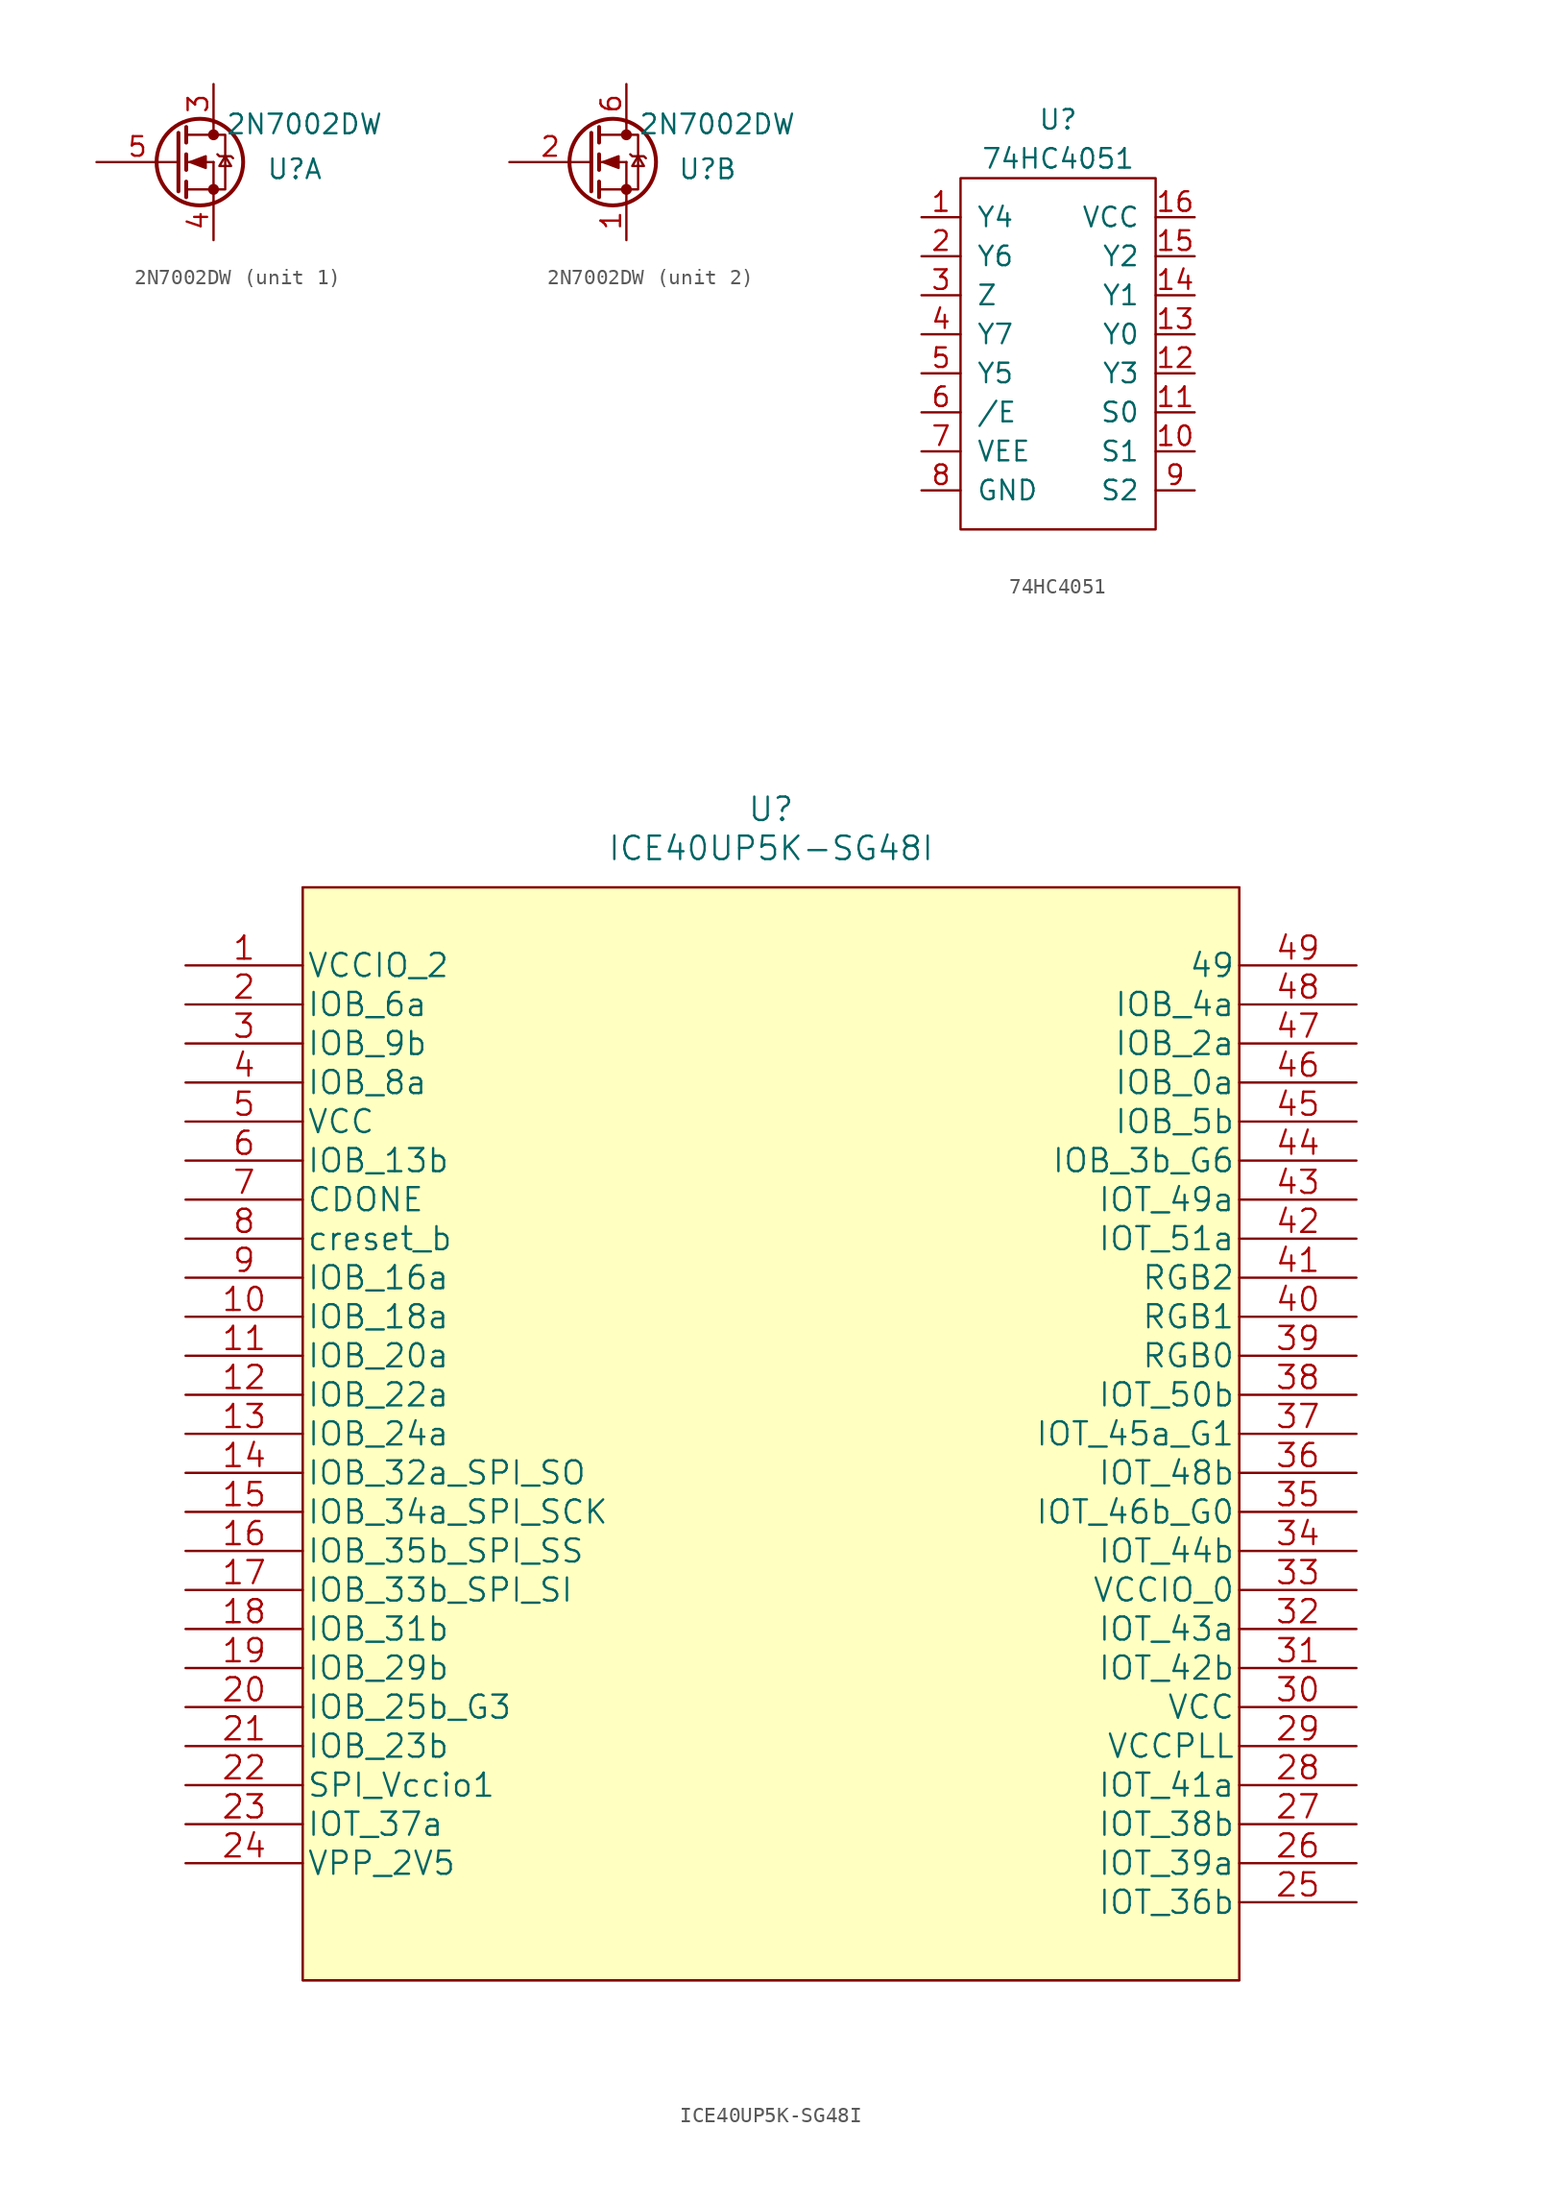
<source format=kicad_sym>
(kicad_symbol_lib
  (version 20211014)
  (generator kicad_symbol_editor)
  (symbol "2N7002DW"
    (pin_names
      (offset 1.016))
    (property "Reference" "U"
      (at 5.283 -0.457 0)
      (effects (font (size 1.27 1.27))))
    (property "Value" "2N7002DW"
      (at 5.918 2.464 0)
      (effects (font (size 1.27 1.27))))
    (symbol "2N7002DW_1_1"
      (circle (center -0.889 0) (radius 2.819) (stroke (width 0.254) (type default) (color 0 0 0 0)) (fill (type none)))
      (circle (center 0 -1.778) (radius 0.279) (stroke (width 0) (type default) (color 0 0 0 0)) (fill (type outline)))
      (polyline (pts (xy -1.778 -1.778) (xy 0 -1.778)) (stroke (width 0) (type default) (color 0 0 0 0)) (fill (type none)))
      (polyline (pts (xy -1.778 -1.27) (xy -1.778 -2.286)) (stroke (width 0.254) (type default) (color 0 0 0 0)) (fill (type none)))
      (polyline (pts (xy -1.778 0) (xy 0 0)) (stroke (width 0) (type default) (color 0 0 0 0)) (fill (type none)))
      (polyline (pts (xy -1.778 0.508) (xy -1.778 -0.508)) (stroke (width 0.254) (type default) (color 0 0 0 0)) (fill (type none)))
      (polyline (pts (xy -1.778 1.778) (xy 0 1.778)) (stroke (width 0) (type default) (color 0 0 0 0)) (fill (type none)))
      (polyline (pts (xy -1.778 2.286) (xy -1.778 1.27)) (stroke (width 0.254) (type default) (color 0 0 0 0)) (fill (type none)))
      (polyline (pts (xy 0 -1.778) (xy 0 -2.54)) (stroke (width 0) (type default) (color 0 0 0 0)) (fill (type none)))
      (polyline (pts (xy 0 -1.778) (xy 0 0)) (stroke (width 0) (type default) (color 0 0 0 0)) (fill (type none)))
      (polyline (pts (xy 0 2.54) (xy 0 1.778)) (stroke (width 0) (type default) (color 0 0 0 0)) (fill (type none)))
      (polyline (pts (xy -2.286 1.905) (xy -2.286 -1.905) (xy -2.286 -1.905)) (stroke (width 0.254) (type default) (color 0 0 0 0)) (fill (type none)))
      (polyline (pts (xy -1.524 0) (xy -0.508 0.381) (xy -0.508 -0.381) (xy -1.524 0)) (stroke (width 0) (type default) (color 0 0 0 0)) (fill (type outline)))
      (polyline (pts (xy 0 -1.778) (xy 0.762 -1.778) (xy 0.762 1.778) (xy 0 1.778)) (stroke (width 0) (type default) (color 0 0 0 0)) (fill (type none)))
      (polyline (pts (xy 0.254 0.508) (xy 0.381 0.381) (xy 1.143 0.381) (xy 1.27 0.254)) (stroke (width 0) (type default) (color 0 0 0 0)) (fill (type none)))
      (polyline (pts (xy 0.762 0.381) (xy 0.381 -0.254) (xy 1.143 -0.254) (xy 0.762 0.381)) (stroke (width 0) (type default) (color 0 0 0 0)) (fill (type none)))
      (circle (center 0 1.778) (radius 0.279) (stroke (width 0) (type default) (color 0 0 0 0)) (fill (type outline)))
      (pin passive line (at 0 5.08 270) (length 2.54) (name "~" (effects (font (size 1.27 1.27)))) (number "3" (effects (font (size 1.27 1.27)))))
      (pin passive line (at 0 -5.08 90) (length 2.54) (name "~" (effects (font (size 1.27 1.27)))) (number "4" (effects (font (size 1.27 1.27)))))
      (pin input line (at -7.62 0 0) (length 5.334) (name "~" (effects (font (size 1.27 1.27)))) (number "5" (effects (font (size 1.27 1.27))))))
    (symbol "2N7002DW_2_1"
      (circle (center -0.889 0) (radius 2.819) (stroke (width 0.254) (type default) (color 0 0 0 0)) (fill (type none)))
      (circle (center 0 -1.778) (radius 0.279) (stroke (width 0) (type default) (color 0 0 0 0)) (fill (type outline)))
      (polyline (pts (xy -1.778 -1.778) (xy 0 -1.778)) (stroke (width 0) (type default) (color 0 0 0 0)) (fill (type none)))
      (polyline (pts (xy -1.778 -1.27) (xy -1.778 -2.286)) (stroke (width 0.254) (type default) (color 0 0 0 0)) (fill (type none)))
      (polyline (pts (xy -1.778 0) (xy 0 0)) (stroke (width 0) (type default) (color 0 0 0 0)) (fill (type none)))
      (polyline (pts (xy -1.778 0.508) (xy -1.778 -0.508)) (stroke (width 0.254) (type default) (color 0 0 0 0)) (fill (type none)))
      (polyline (pts (xy -1.778 1.778) (xy 0 1.778)) (stroke (width 0) (type default) (color 0 0 0 0)) (fill (type none)))
      (polyline (pts (xy -1.778 2.286) (xy -1.778 1.27)) (stroke (width 0.254) (type default) (color 0 0 0 0)) (fill (type none)))
      (polyline (pts (xy 0 -1.778) (xy 0 -2.54)) (stroke (width 0) (type default) (color 0 0 0 0)) (fill (type none)))
      (polyline (pts (xy 0 -1.778) (xy 0 0)) (stroke (width 0) (type default) (color 0 0 0 0)) (fill (type none)))
      (polyline (pts (xy 0 2.54) (xy 0 1.778)) (stroke (width 0) (type default) (color 0 0 0 0)) (fill (type none)))
      (polyline (pts (xy -2.286 1.905) (xy -2.286 -1.905) (xy -2.286 -1.905)) (stroke (width 0.254) (type default) (color 0 0 0 0)) (fill (type none)))
      (polyline (pts (xy -1.524 0) (xy -0.508 0.381) (xy -0.508 -0.381) (xy -1.524 0)) (stroke (width 0) (type default) (color 0 0 0 0)) (fill (type outline)))
      (polyline (pts (xy 0 -1.778) (xy 0.762 -1.778) (xy 0.762 1.778) (xy 0 1.778)) (stroke (width 0) (type default) (color 0 0 0 0)) (fill (type none)))
      (polyline (pts (xy 0.254 0.508) (xy 0.381 0.381) (xy 1.143 0.381) (xy 1.27 0.254)) (stroke (width 0) (type default) (color 0 0 0 0)) (fill (type none)))
      (polyline (pts (xy 0.762 0.381) (xy 0.381 -0.254) (xy 1.143 -0.254) (xy 0.762 0.381)) (stroke (width 0) (type default) (color 0 0 0 0)) (fill (type none)))
      (circle (center 0 1.778) (radius 0.279) (stroke (width 0) (type default) (color 0 0 0 0)) (fill (type outline)))
      (pin passive line (at 0 -5.08 90) (length 2.54) (name "~" (effects (font (size 1.27 1.27)))) (number "1" (effects (font (size 1.27 1.27)))))
      (pin input line (at -7.62 0 0) (length 5.334) (name "~" (effects (font (size 1.27 1.27)))) (number "2" (effects (font (size 1.27 1.27)))))
      (pin passive line (at 0 5.08 270) (length 2.54) (name "~" (effects (font (size 1.27 1.27)))) (number "6" (effects (font (size 1.27 1.27)))))))
  (symbol "74HC4051"
    (pin_names
      (offset 1.016))
    (property "Reference" "U"
      (at 0 15.24 0)
      (effects (font (size 1.27 1.27))))
    (property "Value" "74HC4051"
      (at 0 12.7 0)
      (effects (font (size 1.27 1.27))))
    (symbol "74HC4051_0_1"
      (rectangle (start -6.35 11.43) (end 6.35 -11.43) (stroke (width 0) (type default) (color 0 0 0 0)) (fill (type none))))
    (symbol "74HC4051_1_1"
      (pin bidirectional line (at -8.89 8.89 0) (length 2.54) (name "Y4" (effects (font (size 1.27 1.27)))) (number "1" (effects (font (size 1.27 1.27)))))
      (pin bidirectional line (at 8.89 -6.35 180) (length 2.54) (name "S1" (effects (font (size 1.27 1.27)))) (number "10" (effects (font (size 1.27 1.27)))))
      (pin bidirectional line (at 8.89 -3.81 180) (length 2.54) (name "S0" (effects (font (size 1.27 1.27)))) (number "11" (effects (font (size 1.27 1.27)))))
      (pin bidirectional line (at 8.89 -1.27 180) (length 2.54) (name "Y3" (effects (font (size 1.27 1.27)))) (number "12" (effects (font (size 1.27 1.27)))))
      (pin bidirectional line (at 8.89 1.27 180) (length 2.54) (name "Y0" (effects (font (size 1.27 1.27)))) (number "13" (effects (font (size 1.27 1.27)))))
      (pin bidirectional line (at 8.89 3.81 180) (length 2.54) (name "Y1" (effects (font (size 1.27 1.27)))) (number "14" (effects (font (size 1.27 1.27)))))
      (pin bidirectional line (at 8.89 6.35 180) (length 2.54) (name "Y2" (effects (font (size 1.27 1.27)))) (number "15" (effects (font (size 1.27 1.27)))))
      (pin power_in line (at 8.89 8.89 180) (length 2.54) (name "VCC" (effects (font (size 1.27 1.27)))) (number "16" (effects (font (size 1.27 1.27)))))
      (pin bidirectional line (at -8.89 6.35 0) (length 2.54) (name "Y6" (effects (font (size 1.27 1.27)))) (number "2" (effects (font (size 1.27 1.27)))))
      (pin bidirectional line (at -8.89 3.81 0) (length 2.54) (name "Z" (effects (font (size 1.27 1.27)))) (number "3" (effects (font (size 1.27 1.27)))))
      (pin bidirectional line (at -8.89 1.27 0) (length 2.54) (name "Y7" (effects (font (size 1.27 1.27)))) (number "4" (effects (font (size 1.27 1.27)))))
      (pin bidirectional line (at -8.89 -1.27 0) (length 2.54) (name "Y5" (effects (font (size 1.27 1.27)))) (number "5" (effects (font (size 1.27 1.27)))))
      (pin bidirectional line (at -8.89 -3.81 0) (length 2.54) (name "/E" (effects (font (size 1.27 1.27)))) (number "6" (effects (font (size 1.27 1.27)))))
      (pin power_in line (at -8.89 -6.35 0) (length 2.54) (name "VEE" (effects (font (size 1.27 1.27)))) (number "7" (effects (font (size 1.27 1.27)))))
      (pin power_in line (at -8.89 -8.89 0) (length 2.54) (name "GND" (effects (font (size 1.27 1.27)))) (number "8" (effects (font (size 1.27 1.27)))))
      (pin bidirectional line (at 8.89 -8.89 180) (length 2.54) (name "S2" (effects (font (size 1.27 1.27)))) (number "9" (effects (font (size 1.27 1.27)))))))
  (symbol "ICE40UP5K-SG48I"
    (pin_names
      (offset 0.254))
    (property "Reference" "U"
      (at 38.1 10.16 0)
      (effects (font (size 1.524 1.524))))
    (property "Value" "ICE40UP5K-SG48I"
      (at 38.1 7.62 0)
      (effects (font (size 1.524 1.524))))
    (property "Datasheet" ""
      (at 0 0 0)
      (effects (font (size 1.524 1.524))))
    (property "ki_locked" ""
      (at 0 0 0)
      (effects (font (size 1.27 1.27))))
    (symbol "ICE40UP5K-SG48I_1_1"
      (polyline (pts (xy 7.62 -66.04) (xy 68.58 -66.04)) (stroke (width 0.127) (type default) (color 0 0 0 0)) (fill (type none)))
      (polyline (pts (xy 7.62 5.08) (xy 7.62 -66.04)) (stroke (width 0.127) (type default) (color 0 0 0 0)) (fill (type none)))
      (polyline (pts (xy 68.58 -66.04) (xy 68.58 5.08)) (stroke (width 0.127) (type default) (color 0 0 0 0)) (fill (type none)))
      (polyline (pts (xy 68.58 5.08) (xy 7.62 5.08)) (stroke (width 0.127) (type default) (color 0 0 0 0)) (fill (type none)))
      (rectangle (start 7.62 5.08) (end 68.58 -66.04) (stroke (width 0.152) (type default) (color 0 0 0 0)) (fill (type background)))
      (pin power_in line (at 0 0 0) (length 7.62) (name "VCCIO_2" (effects (font (size 1.499 1.499)))) (number "1" (effects (font (size 1.499 1.499)))))
      (pin bidirectional line (at 0 -22.86 0) (length 7.62) (name "IOB_18a" (effects (font (size 1.499 1.499)))) (number "10" (effects (font (size 1.499 1.499)))))
      (pin bidirectional line (at 0 -25.4 0) (length 7.62) (name "IOB_20a" (effects (font (size 1.499 1.499)))) (number "11" (effects (font (size 1.499 1.499)))))
      (pin bidirectional line (at 0 -27.94 0) (length 7.62) (name "IOB_22a" (effects (font (size 1.499 1.499)))) (number "12" (effects (font (size 1.499 1.499)))))
      (pin bidirectional line (at 0 -30.48 0) (length 7.62) (name "IOB_24a" (effects (font (size 1.499 1.499)))) (number "13" (effects (font (size 1.499 1.499)))))
      (pin bidirectional line (at 0 -33.02 0) (length 7.62) (name "IOB_32a_SPI_SO" (effects (font (size 1.499 1.499)))) (number "14" (effects (font (size 1.499 1.499)))))
      (pin bidirectional line (at 0 -35.56 0) (length 7.62) (name "IOB_34a_SPI_SCK" (effects (font (size 1.499 1.499)))) (number "15" (effects (font (size 1.499 1.499)))))
      (pin bidirectional line (at 0 -38.1 0) (length 7.62) (name "IOB_35b_SPI_SS" (effects (font (size 1.499 1.499)))) (number "16" (effects (font (size 1.499 1.499)))))
      (pin bidirectional line (at 0 -40.64 0) (length 7.62) (name "IOB_33b_SPI_SI" (effects (font (size 1.499 1.499)))) (number "17" (effects (font (size 1.499 1.499)))))
      (pin bidirectional line (at 0 -43.18 0) (length 7.62) (name "IOB_31b" (effects (font (size 1.499 1.499)))) (number "18" (effects (font (size 1.499 1.499)))))
      (pin bidirectional line (at 0 -45.72 0) (length 7.62) (name "IOB_29b" (effects (font (size 1.499 1.499)))) (number "19" (effects (font (size 1.499 1.499)))))
      (pin bidirectional line (at 0 -2.54 0) (length 7.62) (name "IOB_6a" (effects (font (size 1.499 1.499)))) (number "2" (effects (font (size 1.499 1.499)))))
      (pin bidirectional line (at 0 -48.26 0) (length 7.62) (name "IOB_25b_G3" (effects (font (size 1.499 1.499)))) (number "20" (effects (font (size 1.499 1.499)))))
      (pin bidirectional line (at 0 -50.8 0) (length 7.62) (name "IOB_23b" (effects (font (size 1.499 1.499)))) (number "21" (effects (font (size 1.499 1.499)))))
      (pin power_in line (at 0 -53.34 0) (length 7.62) (name "SPI_Vccio1" (effects (font (size 1.499 1.499)))) (number "22" (effects (font (size 1.499 1.499)))))
      (pin bidirectional line (at 0 -55.88 0) (length 7.62) (name "IOT_37a" (effects (font (size 1.499 1.499)))) (number "23" (effects (font (size 1.499 1.499)))))
      (pin power_in line (at 0 -58.42 0) (length 7.62) (name "VPP_2V5" (effects (font (size 1.499 1.499)))) (number "24" (effects (font (size 1.499 1.499)))))
      (pin bidirectional line (at 76.2 -60.96 180) (length 7.62) (name "IOT_36b" (effects (font (size 1.499 1.499)))) (number "25" (effects (font (size 1.499 1.499)))))
      (pin bidirectional line (at 76.2 -58.42 180) (length 7.62) (name "IOT_39a" (effects (font (size 1.499 1.499)))) (number "26" (effects (font (size 1.499 1.499)))))
      (pin bidirectional line (at 76.2 -55.88 180) (length 7.62) (name "IOT_38b" (effects (font (size 1.499 1.499)))) (number "27" (effects (font (size 1.499 1.499)))))
      (pin bidirectional line (at 76.2 -53.34 180) (length 7.62) (name "IOT_41a" (effects (font (size 1.499 1.499)))) (number "28" (effects (font (size 1.499 1.499)))))
      (pin power_in line (at 76.2 -50.8 180) (length 7.62) (name "VCCPLL" (effects (font (size 1.499 1.499)))) (number "29" (effects (font (size 1.499 1.499)))))
      (pin bidirectional line (at 0 -5.08 0) (length 7.62) (name "IOB_9b" (effects (font (size 1.499 1.499)))) (number "3" (effects (font (size 1.499 1.499)))))
      (pin power_in line (at 76.2 -48.26 180) (length 7.62) (name "VCC" (effects (font (size 1.499 1.499)))) (number "30" (effects (font (size 1.499 1.499)))))
      (pin bidirectional line (at 76.2 -45.72 180) (length 7.62) (name "IOT_42b" (effects (font (size 1.499 1.499)))) (number "31" (effects (font (size 1.499 1.499)))))
      (pin bidirectional line (at 76.2 -43.18 180) (length 7.62) (name "IOT_43a" (effects (font (size 1.499 1.499)))) (number "32" (effects (font (size 1.499 1.499)))))
      (pin power_in line (at 76.2 -40.64 180) (length 7.62) (name "VCCIO_0" (effects (font (size 1.499 1.499)))) (number "33" (effects (font (size 1.499 1.499)))))
      (pin bidirectional line (at 76.2 -38.1 180) (length 7.62) (name "IOT_44b" (effects (font (size 1.499 1.499)))) (number "34" (effects (font (size 1.499 1.499)))))
      (pin bidirectional line (at 76.2 -35.56 180) (length 7.62) (name "IOT_46b_G0" (effects (font (size 1.499 1.499)))) (number "35" (effects (font (size 1.499 1.499)))))
      (pin bidirectional line (at 76.2 -33.02 180) (length 7.62) (name "IOT_48b" (effects (font (size 1.499 1.499)))) (number "36" (effects (font (size 1.499 1.499)))))
      (pin bidirectional line (at 76.2 -30.48 180) (length 7.62) (name "IOT_45a_G1" (effects (font (size 1.499 1.499)))) (number "37" (effects (font (size 1.499 1.499)))))
      (pin bidirectional line (at 76.2 -27.94 180) (length 7.62) (name "IOT_50b" (effects (font (size 1.499 1.499)))) (number "38" (effects (font (size 1.499 1.499)))))
      (pin bidirectional line (at 76.2 -25.4 180) (length 7.62) (name "RGB0" (effects (font (size 1.499 1.499)))) (number "39" (effects (font (size 1.499 1.499)))))
      (pin bidirectional line (at 0 -7.62 0) (length 7.62) (name "IOB_8a" (effects (font (size 1.499 1.499)))) (number "4" (effects (font (size 1.499 1.499)))))
      (pin bidirectional line (at 76.2 -22.86 180) (length 7.62) (name "RGB1" (effects (font (size 1.499 1.499)))) (number "40" (effects (font (size 1.499 1.499)))))
      (pin bidirectional line (at 76.2 -20.32 180) (length 7.62) (name "RGB2" (effects (font (size 1.499 1.499)))) (number "41" (effects (font (size 1.499 1.499)))))
      (pin bidirectional line (at 76.2 -17.78 180) (length 7.62) (name "IOT_51a" (effects (font (size 1.499 1.499)))) (number "42" (effects (font (size 1.499 1.499)))))
      (pin bidirectional line (at 76.2 -15.24 180) (length 7.62) (name "IOT_49a" (effects (font (size 1.499 1.499)))) (number "43" (effects (font (size 1.499 1.499)))))
      (pin bidirectional line (at 76.2 -12.7 180) (length 7.62) (name "IOB_3b_G6" (effects (font (size 1.499 1.499)))) (number "44" (effects (font (size 1.499 1.499)))))
      (pin bidirectional line (at 76.2 -10.16 180) (length 7.62) (name "IOB_5b" (effects (font (size 1.499 1.499)))) (number "45" (effects (font (size 1.499 1.499)))))
      (pin bidirectional line (at 76.2 -7.62 180) (length 7.62) (name "IOB_0a" (effects (font (size 1.499 1.499)))) (number "46" (effects (font (size 1.499 1.499)))))
      (pin bidirectional line (at 76.2 -5.08 180) (length 7.62) (name "IOB_2a" (effects (font (size 1.499 1.499)))) (number "47" (effects (font (size 1.499 1.499)))))
      (pin bidirectional line (at 76.2 -2.54 180) (length 7.62) (name "IOB_4a" (effects (font (size 1.499 1.499)))) (number "48" (effects (font (size 1.499 1.499)))))
      (pin unspecified line (at 76.2 0 180) (length 7.62) (name "49" (effects (font (size 1.499 1.499)))) (number "49" (effects (font (size 1.499 1.499)))))
      (pin power_in line (at 0 -10.16 0) (length 7.62) (name "VCC" (effects (font (size 1.499 1.499)))) (number "5" (effects (font (size 1.499 1.499)))))
      (pin bidirectional line (at 0 -12.7 0) (length 7.62) (name "IOB_13b" (effects (font (size 1.499 1.499)))) (number "6" (effects (font (size 1.499 1.499)))))
      (pin bidirectional line (at 0 -15.24 0) (length 7.62) (name "CDONE" (effects (font (size 1.499 1.499)))) (number "7" (effects (font (size 1.499 1.499)))))
      (pin unspecified line (at 0 -17.78 0) (length 7.62) (name "creset_b" (effects (font (size 1.499 1.499)))) (number "8" (effects (font (size 1.499 1.499)))))
      (pin bidirectional line (at 0 -20.32 0) (length 7.62) (name "IOB_16a" (effects (font (size 1.499 1.499)))) (number "9" (effects (font (size 1.499 1.499))))))))
</source>
